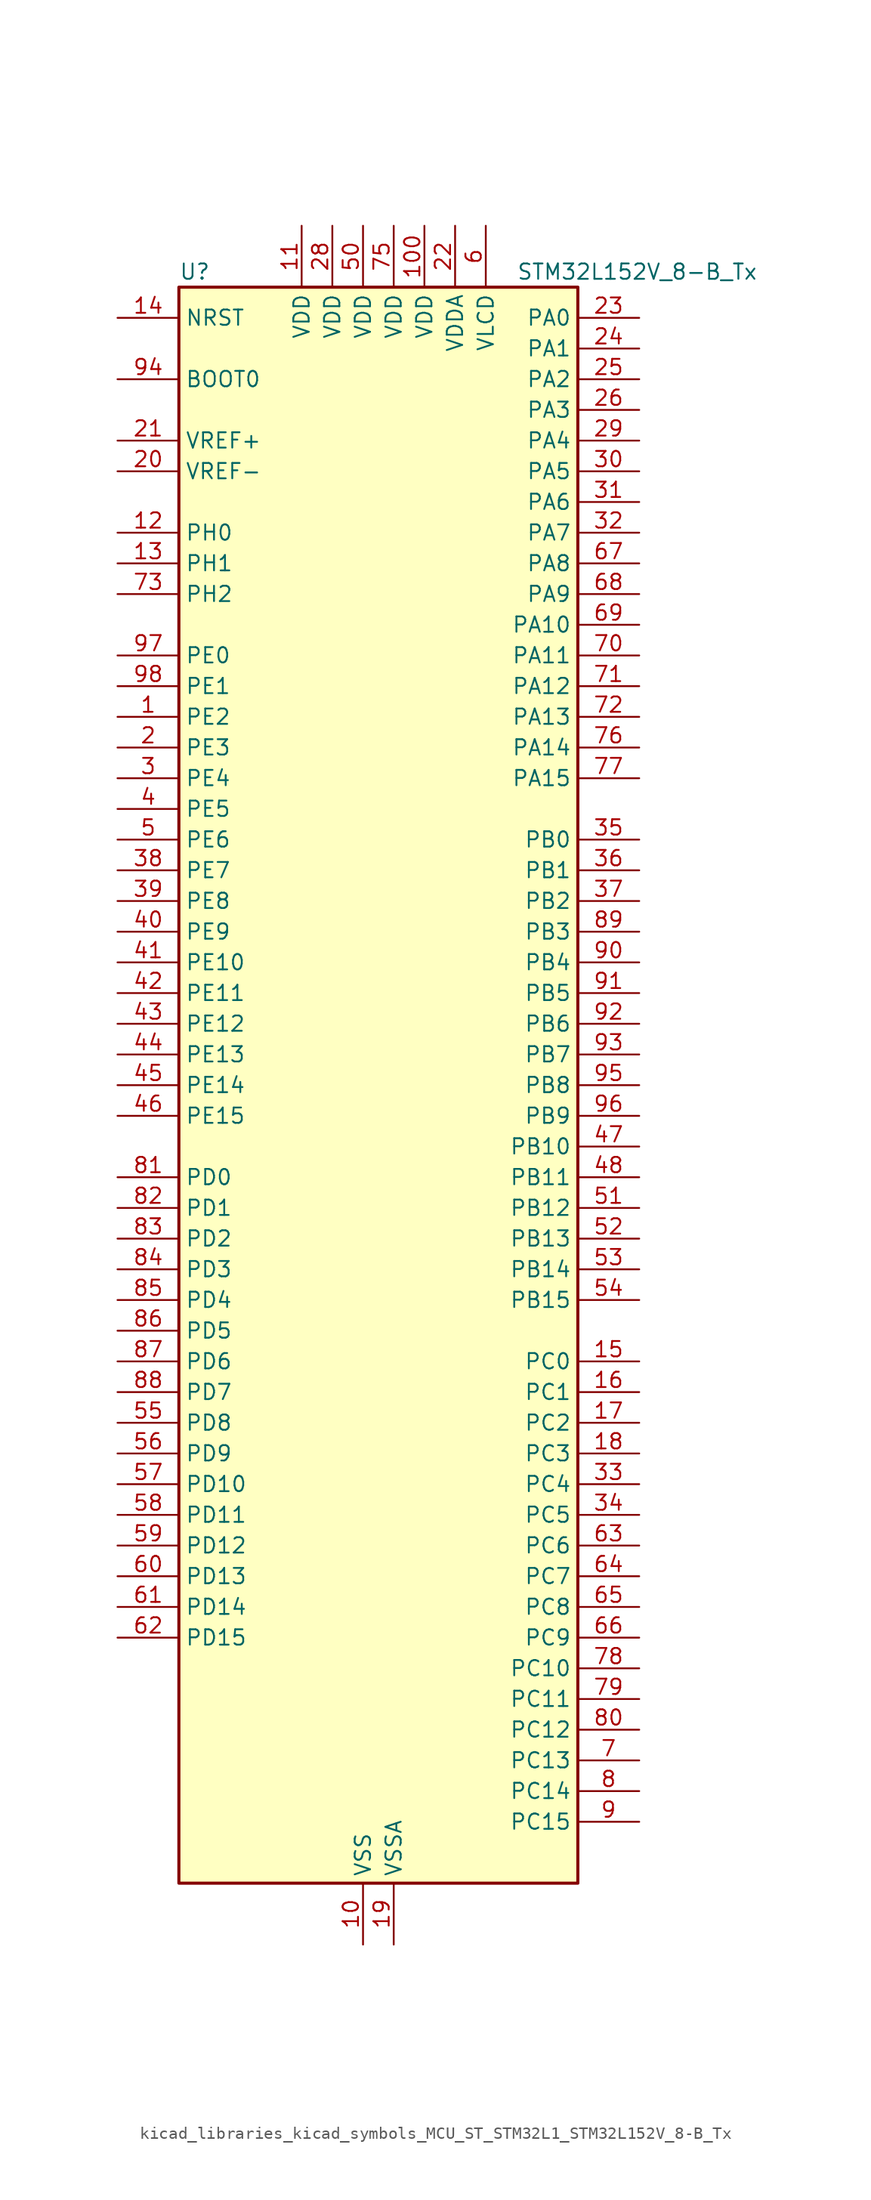
<source format=kicad_sym>
(kicad_symbol_lib
  (version 20220914)
  (generator kicad_symbol_editor)
  (symbol "kicad_libraries_kicad_symbols_MCU_ST_STM32L1_STM32L152V_8-B_Tx"
    (property "Reference" "U"
      (at -15.24 67.31 0)
      (effects (font (size 1.27 1.27)) (justify left)))
    (property "Value" "STM32L152V_8-B_Tx"
      (at 12.7 67.31 0)
      (effects (font (size 1.27 1.27)) (justify left)))
    (property "ki_locked" ""
      (at 0 0 0)
      (effects (font (size 1.27 1.27))))
    (symbol "kicad_libraries_kicad_symbols_MCU_ST_STM32L1_STM32L152V_8-B_Tx_0_1"
      (rectangle (start -15.24 -66.04) (end 17.78 66.04) (stroke (width 0.254) (type default)) (fill (type background))))
    (symbol "kicad_libraries_kicad_symbols_MCU_ST_STM32L1_STM32L152V_8-B_Tx_1_1"
      (pin bidirectional line (at -20.32 30.48 0) (length 5.08) (name "PE2" (effects (font (size 1.27 1.27)))) (number "1" (effects (font (size 1.27 1.27)))) (alternate "LCD_SEG38" bidirectional line) (alternate "SYS_TRACECK" bidirectional line) (alternate "TIM3_ETR" bidirectional line) (alternate "TIMX_IC3" bidirectional line))
      (pin power_in line (at 0 -71.12 90) (length 5.08) (name "VSS" (effects (font (size 1.27 1.27)))) (number "10" (effects (font (size 1.27 1.27)))))
      (pin power_in line (at 5.08 71.12 270) (length 5.08) (name "VDD" (effects (font (size 1.27 1.27)))) (number "100" (effects (font (size 1.27 1.27)))))
      (pin power_in line (at -5.08 71.12 270) (length 5.08) (name "VDD" (effects (font (size 1.27 1.27)))) (number "11" (effects (font (size 1.27 1.27)))))
      (pin bidirectional line (at -20.32 45.72 0) (length 5.08) (name "PH0" (effects (font (size 1.27 1.27)))) (number "12" (effects (font (size 1.27 1.27)))) (alternate "RCC_OSC_IN" bidirectional line))
      (pin bidirectional line (at -20.32 43.18 0) (length 5.08) (name "PH1" (effects (font (size 1.27 1.27)))) (number "13" (effects (font (size 1.27 1.27)))) (alternate "RCC_OSC_OUT" bidirectional line))
      (pin input line (at -20.32 63.5 0) (length 5.08) (name "NRST" (effects (font (size 1.27 1.27)))) (number "14" (effects (font (size 1.27 1.27)))))
      (pin bidirectional line (at 22.86 -22.86 180) (length 5.08) (name "PC0" (effects (font (size 1.27 1.27)))) (number "15" (effects (font (size 1.27 1.27)))) (alternate "ADC_IN10" bidirectional line) (alternate "COMP1_INP" bidirectional line) (alternate "LCD_SEG18" bidirectional line) (alternate "TIMX_IC1" bidirectional line) (alternate "TS_G8_IO1" bidirectional line))
      (pin bidirectional line (at 22.86 -25.4 180) (length 5.08) (name "PC1" (effects (font (size 1.27 1.27)))) (number "16" (effects (font (size 1.27 1.27)))) (alternate "ADC_IN11" bidirectional line) (alternate "COMP1_INP" bidirectional line) (alternate "LCD_SEG19" bidirectional line) (alternate "TIMX_IC2" bidirectional line) (alternate "TS_G8_IO2" bidirectional line))
      (pin bidirectional line (at 22.86 -27.94 180) (length 5.08) (name "PC2" (effects (font (size 1.27 1.27)))) (number "17" (effects (font (size 1.27 1.27)))) (alternate "ADC_IN12" bidirectional line) (alternate "COMP1_INP" bidirectional line) (alternate "LCD_SEG20" bidirectional line) (alternate "TIMX_IC3" bidirectional line) (alternate "TS_G8_IO3" bidirectional line))
      (pin bidirectional line (at 22.86 -30.48 180) (length 5.08) (name "PC3" (effects (font (size 1.27 1.27)))) (number "18" (effects (font (size 1.27 1.27)))) (alternate "ADC_IN13" bidirectional line) (alternate "COMP1_INP" bidirectional line) (alternate "LCD_SEG21" bidirectional line) (alternate "TIMX_IC4" bidirectional line) (alternate "TS_G8_IO4" bidirectional line))
      (pin power_in line (at 2.54 -71.12 90) (length 5.08) (name "VSSA" (effects (font (size 1.27 1.27)))) (number "19" (effects (font (size 1.27 1.27)))))
      (pin bidirectional line (at -20.32 27.94 0) (length 5.08) (name "PE3" (effects (font (size 1.27 1.27)))) (number "2" (effects (font (size 1.27 1.27)))) (alternate "LCD_SEG39" bidirectional line) (alternate "SYS_TRACED0" bidirectional line) (alternate "TIM3_CH1" bidirectional line) (alternate "TIMX_IC4" bidirectional line))
      (pin input line (at -20.32 50.8 0) (length 5.08) (name "VREF-" (effects (font (size 1.27 1.27)))) (number "20" (effects (font (size 1.27 1.27)))))
      (pin input line (at -20.32 53.34 0) (length 5.08) (name "VREF+" (effects (font (size 1.27 1.27)))) (number "21" (effects (font (size 1.27 1.27)))))
      (pin power_in line (at 7.62 71.12 270) (length 5.08) (name "VDDA" (effects (font (size 1.27 1.27)))) (number "22" (effects (font (size 1.27 1.27)))))
      (pin bidirectional line (at 22.86 63.5 180) (length 5.08) (name "PA0" (effects (font (size 1.27 1.27)))) (number "23" (effects (font (size 1.27 1.27)))) (alternate "ADC_IN0" bidirectional line) (alternate "COMP1_INP" bidirectional line) (alternate "SYS_WKUP1" bidirectional line) (alternate "TIM2_CH1" bidirectional line) (alternate "TIM2_ETR" bidirectional line) (alternate "TIMX_IC1" bidirectional line) (alternate "TS_G1_IO1" bidirectional line) (alternate "USART2_CTS" bidirectional line))
      (pin bidirectional line (at 22.86 60.96 180) (length 5.08) (name "PA1" (effects (font (size 1.27 1.27)))) (number "24" (effects (font (size 1.27 1.27)))) (alternate "ADC_IN1" bidirectional line) (alternate "COMP1_INP" bidirectional line) (alternate "LCD_SEG0" bidirectional line) (alternate "TIM2_CH2" bidirectional line) (alternate "TIMX_IC2" bidirectional line) (alternate "TS_G1_IO2" bidirectional line) (alternate "USART2_RTS" bidirectional line))
      (pin bidirectional line (at 22.86 58.42 180) (length 5.08) (name "PA2" (effects (font (size 1.27 1.27)))) (number "25" (effects (font (size 1.27 1.27)))) (alternate "ADC_IN2" bidirectional line) (alternate "COMP1_INP" bidirectional line) (alternate "LCD_SEG1" bidirectional line) (alternate "TIM2_CH3" bidirectional line) (alternate "TIM9_CH1" bidirectional line) (alternate "TIMX_IC3" bidirectional line) (alternate "TS_G1_IO3" bidirectional line) (alternate "USART2_TX" bidirectional line))
      (pin bidirectional line (at 22.86 55.88 180) (length 5.08) (name "PA3" (effects (font (size 1.27 1.27)))) (number "26" (effects (font (size 1.27 1.27)))) (alternate "ADC_IN3" bidirectional line) (alternate "COMP1_INP" bidirectional line) (alternate "LCD_SEG2" bidirectional line) (alternate "TIM2_CH4" bidirectional line) (alternate "TIM9_CH2" bidirectional line) (alternate "TIMX_IC4" bidirectional line) (alternate "TS_G1_IO4" bidirectional line) (alternate "USART2_RX" bidirectional line))
      (pin passive line (at 0 -71.12 90) (length 5.08) hide (name "VSS" (effects (font (size 1.27 1.27)))) (number "27" (effects (font (size 1.27 1.27)))))
      (pin power_in line (at -2.54 71.12 270) (length 5.08) (name "VDD" (effects (font (size 1.27 1.27)))) (number "28" (effects (font (size 1.27 1.27)))))
      (pin bidirectional line (at 22.86 53.34 180) (length 5.08) (name "PA4" (effects (font (size 1.27 1.27)))) (number "29" (effects (font (size 1.27 1.27)))) (alternate "ADC_IN4" bidirectional line) (alternate "COMP1_INP" bidirectional line) (alternate "DAC_OUT1" bidirectional line) (alternate "SPI1_NSS" bidirectional line) (alternate "TIMX_IC1" bidirectional line) (alternate "USART2_CK" bidirectional line))
      (pin bidirectional line (at -20.32 25.4 0) (length 5.08) (name "PE4" (effects (font (size 1.27 1.27)))) (number "3" (effects (font (size 1.27 1.27)))) (alternate "SYS_TRACED1" bidirectional line) (alternate "TIM3_CH2" bidirectional line) (alternate "TIMX_IC1" bidirectional line))
      (pin bidirectional line (at 22.86 50.8 180) (length 5.08) (name "PA5" (effects (font (size 1.27 1.27)))) (number "30" (effects (font (size 1.27 1.27)))) (alternate "ADC_IN5" bidirectional line) (alternate "COMP1_INP" bidirectional line) (alternate "DAC_OUT2" bidirectional line) (alternate "SPI1_SCK" bidirectional line) (alternate "TIM2_CH1" bidirectional line) (alternate "TIM2_ETR" bidirectional line) (alternate "TIMX_IC2" bidirectional line))
      (pin bidirectional line (at 22.86 48.26 180) (length 5.08) (name "PA6" (effects (font (size 1.27 1.27)))) (number "31" (effects (font (size 1.27 1.27)))) (alternate "ADC_IN6" bidirectional line) (alternate "COMP1_INP" bidirectional line) (alternate "LCD_SEG3" bidirectional line) (alternate "SPI1_MISO" bidirectional line) (alternate "TIM10_CH1" bidirectional line) (alternate "TIM3_CH1" bidirectional line) (alternate "TIMX_IC3" bidirectional line) (alternate "TS_G2_IO1" bidirectional line))
      (pin bidirectional line (at 22.86 45.72 180) (length 5.08) (name "PA7" (effects (font (size 1.27 1.27)))) (number "32" (effects (font (size 1.27 1.27)))) (alternate "ADC_IN7" bidirectional line) (alternate "COMP1_INP" bidirectional line) (alternate "LCD_SEG4" bidirectional line) (alternate "SPI1_MOSI" bidirectional line) (alternate "TIM11_CH1" bidirectional line) (alternate "TIM3_CH2" bidirectional line) (alternate "TIMX_IC4" bidirectional line) (alternate "TS_G2_IO2" bidirectional line))
      (pin bidirectional line (at 22.86 -33.02 180) (length 5.08) (name "PC4" (effects (font (size 1.27 1.27)))) (number "33" (effects (font (size 1.27 1.27)))) (alternate "ADC_IN14" bidirectional line) (alternate "COMP1_INP" bidirectional line) (alternate "LCD_SEG22" bidirectional line) (alternate "TIMX_IC1" bidirectional line) (alternate "TS_G9_IO1" bidirectional line))
      (pin bidirectional line (at 22.86 -35.56 180) (length 5.08) (name "PC5" (effects (font (size 1.27 1.27)))) (number "34" (effects (font (size 1.27 1.27)))) (alternate "ADC_IN15" bidirectional line) (alternate "COMP1_INP" bidirectional line) (alternate "LCD_SEG23" bidirectional line) (alternate "TIMX_IC2" bidirectional line) (alternate "TS_G9_IO2" bidirectional line))
      (pin bidirectional line (at 22.86 20.32 180) (length 5.08) (name "PB0" (effects (font (size 1.27 1.27)))) (number "35" (effects (font (size 1.27 1.27)))) (alternate "ADC_IN8" bidirectional line) (alternate "COMP1_INP" bidirectional line) (alternate "LCD_SEG5" bidirectional line) (alternate "SYS_V_REF_OUT" bidirectional line) (alternate "TIM3_CH3" bidirectional line) (alternate "TS_G3_IO1" bidirectional line))
      (pin bidirectional line (at 22.86 17.78 180) (length 5.08) (name "PB1" (effects (font (size 1.27 1.27)))) (number "36" (effects (font (size 1.27 1.27)))) (alternate "ADC_IN9" bidirectional line) (alternate "COMP1_INP" bidirectional line) (alternate "LCD_SEG6" bidirectional line) (alternate "SYS_V_REF_OUT" bidirectional line) (alternate "TIM3_CH4" bidirectional line) (alternate "TS_G3_IO2" bidirectional line))
      (pin bidirectional line (at 22.86 15.24 180) (length 5.08) (name "PB2" (effects (font (size 1.27 1.27)))) (number "37" (effects (font (size 1.27 1.27)))))
      (pin bidirectional line (at -20.32 17.78 0) (length 5.08) (name "PE7" (effects (font (size 1.27 1.27)))) (number "38" (effects (font (size 1.27 1.27)))) (alternate "ADC_IN22" bidirectional line) (alternate "COMP1_INP" bidirectional line) (alternate "TIMX_IC4" bidirectional line))
      (pin bidirectional line (at -20.32 15.24 0) (length 5.08) (name "PE8" (effects (font (size 1.27 1.27)))) (number "39" (effects (font (size 1.27 1.27)))) (alternate "ADC_IN23" bidirectional line) (alternate "COMP1_INP" bidirectional line) (alternate "TIMX_IC1" bidirectional line))
      (pin bidirectional line (at -20.32 22.86 0) (length 5.08) (name "PE5" (effects (font (size 1.27 1.27)))) (number "4" (effects (font (size 1.27 1.27)))) (alternate "SYS_TRACED2" bidirectional line) (alternate "TIM9_CH1" bidirectional line) (alternate "TIMX_IC2" bidirectional line))
      (pin bidirectional line (at -20.32 12.7 0) (length 5.08) (name "PE9" (effects (font (size 1.27 1.27)))) (number "40" (effects (font (size 1.27 1.27)))) (alternate "ADC_IN24" bidirectional line) (alternate "COMP1_INP" bidirectional line) (alternate "DAC_EXTI9" bidirectional line) (alternate "TIM2_CH1" bidirectional line) (alternate "TIM2_ETR" bidirectional line) (alternate "TIMX_IC2" bidirectional line))
      (pin bidirectional line (at -20.32 10.16 0) (length 5.08) (name "PE10" (effects (font (size 1.27 1.27)))) (number "41" (effects (font (size 1.27 1.27)))) (alternate "ADC_IN25" bidirectional line) (alternate "COMP1_INP" bidirectional line) (alternate "TIM2_CH2" bidirectional line) (alternate "TIMX_IC3" bidirectional line))
      (pin bidirectional line (at -20.32 7.62 0) (length 5.08) (name "PE11" (effects (font (size 1.27 1.27)))) (number "42" (effects (font (size 1.27 1.27)))) (alternate "ADC_EXTI11" bidirectional line) (alternate "TIM2_CH3" bidirectional line) (alternate "TIMX_IC4" bidirectional line))
      (pin bidirectional line (at -20.32 5.08 0) (length 5.08) (name "PE12" (effects (font (size 1.27 1.27)))) (number "43" (effects (font (size 1.27 1.27)))) (alternate "SPI1_NSS" bidirectional line) (alternate "TIM2_CH4" bidirectional line) (alternate "TIMX_IC1" bidirectional line))
      (pin bidirectional line (at -20.32 2.54 0) (length 5.08) (name "PE13" (effects (font (size 1.27 1.27)))) (number "44" (effects (font (size 1.27 1.27)))) (alternate "SPI1_SCK" bidirectional line) (alternate "TIMX_IC2" bidirectional line))
      (pin bidirectional line (at -20.32 0 0) (length 5.08) (name "PE14" (effects (font (size 1.27 1.27)))) (number "45" (effects (font (size 1.27 1.27)))) (alternate "SPI1_MISO" bidirectional line) (alternate "TIMX_IC3" bidirectional line))
      (pin bidirectional line (at -20.32 -2.54 0) (length 5.08) (name "PE15" (effects (font (size 1.27 1.27)))) (number "46" (effects (font (size 1.27 1.27)))) (alternate "ADC_EXTI15" bidirectional line) (alternate "SPI1_MOSI" bidirectional line) (alternate "TIMX_IC4" bidirectional line))
      (pin bidirectional line (at 22.86 -5.08 180) (length 5.08) (name "PB10" (effects (font (size 1.27 1.27)))) (number "47" (effects (font (size 1.27 1.27)))) (alternate "I2C2_SCL" bidirectional line) (alternate "LCD_SEG10" bidirectional line) (alternate "TIM2_CH3" bidirectional line) (alternate "USART3_TX" bidirectional line))
      (pin bidirectional line (at 22.86 -7.62 180) (length 5.08) (name "PB11" (effects (font (size 1.27 1.27)))) (number "48" (effects (font (size 1.27 1.27)))) (alternate "ADC_EXTI11" bidirectional line) (alternate "I2C2_SDA" bidirectional line) (alternate "LCD_SEG11" bidirectional line) (alternate "TIM2_CH4" bidirectional line) (alternate "USART3_RX" bidirectional line))
      (pin passive line (at 0 -71.12 90) (length 5.08) hide (name "VSS" (effects (font (size 1.27 1.27)))) (number "49" (effects (font (size 1.27 1.27)))))
      (pin bidirectional line (at -20.32 20.32 0) (length 5.08) (name "PE6" (effects (font (size 1.27 1.27)))) (number "5" (effects (font (size 1.27 1.27)))) (alternate "SYS_TRACED3" bidirectional line) (alternate "SYS_WKUP3" bidirectional line) (alternate "TIM9_CH2" bidirectional line) (alternate "TIMX_IC3" bidirectional line))
      (pin power_in line (at 0 71.12 270) (length 5.08) (name "VDD" (effects (font (size 1.27 1.27)))) (number "50" (effects (font (size 1.27 1.27)))))
      (pin bidirectional line (at 22.86 -10.16 180) (length 5.08) (name "PB12" (effects (font (size 1.27 1.27)))) (number "51" (effects (font (size 1.27 1.27)))) (alternate "ADC_IN18" bidirectional line) (alternate "COMP1_INP" bidirectional line) (alternate "I2C2_SMBA" bidirectional line) (alternate "LCD_SEG12" bidirectional line) (alternate "SPI2_NSS" bidirectional line) (alternate "TIM10_CH1" bidirectional line) (alternate "TS_G7_IO1" bidirectional line) (alternate "USART3_CK" bidirectional line))
      (pin bidirectional line (at 22.86 -12.7 180) (length 5.08) (name "PB13" (effects (font (size 1.27 1.27)))) (number "52" (effects (font (size 1.27 1.27)))) (alternate "ADC_IN19" bidirectional line) (alternate "COMP1_INP" bidirectional line) (alternate "LCD_SEG13" bidirectional line) (alternate "SPI2_SCK" bidirectional line) (alternate "TIM9_CH1" bidirectional line) (alternate "TS_G7_IO2" bidirectional line) (alternate "USART3_CTS" bidirectional line))
      (pin bidirectional line (at 22.86 -15.24 180) (length 5.08) (name "PB14" (effects (font (size 1.27 1.27)))) (number "53" (effects (font (size 1.27 1.27)))) (alternate "ADC_IN20" bidirectional line) (alternate "COMP1_INP" bidirectional line) (alternate "LCD_SEG14" bidirectional line) (alternate "SPI2_MISO" bidirectional line) (alternate "TIM9_CH2" bidirectional line) (alternate "TS_G7_IO3" bidirectional line) (alternate "USART3_RTS" bidirectional line))
      (pin bidirectional line (at 22.86 -17.78 180) (length 5.08) (name "PB15" (effects (font (size 1.27 1.27)))) (number "54" (effects (font (size 1.27 1.27)))) (alternate "ADC_EXTI15" bidirectional line) (alternate "ADC_IN21" bidirectional line) (alternate "COMP1_INP" bidirectional line) (alternate "LCD_SEG15" bidirectional line) (alternate "RTC_REFIN" bidirectional line) (alternate "SPI2_MOSI" bidirectional line) (alternate "TIM11_CH1" bidirectional line) (alternate "TS_G7_IO4" bidirectional line))
      (pin bidirectional line (at -20.32 -27.94 0) (length 5.08) (name "PD8" (effects (font (size 1.27 1.27)))) (number "55" (effects (font (size 1.27 1.27)))) (alternate "LCD_SEG28" bidirectional line) (alternate "TIMX_IC1" bidirectional line) (alternate "USART3_TX" bidirectional line))
      (pin bidirectional line (at -20.32 -30.48 0) (length 5.08) (name "PD9" (effects (font (size 1.27 1.27)))) (number "56" (effects (font (size 1.27 1.27)))) (alternate "DAC_EXTI9" bidirectional line) (alternate "LCD_SEG29" bidirectional line) (alternate "TIMX_IC2" bidirectional line) (alternate "USART3_RX" bidirectional line))
      (pin bidirectional line (at -20.32 -33.02 0) (length 5.08) (name "PD10" (effects (font (size 1.27 1.27)))) (number "57" (effects (font (size 1.27 1.27)))) (alternate "LCD_SEG30" bidirectional line) (alternate "TIMX_IC3" bidirectional line) (alternate "USART3_CK" bidirectional line))
      (pin bidirectional line (at -20.32 -35.56 0) (length 5.08) (name "PD11" (effects (font (size 1.27 1.27)))) (number "58" (effects (font (size 1.27 1.27)))) (alternate "ADC_EXTI11" bidirectional line) (alternate "LCD_SEG31" bidirectional line) (alternate "TIMX_IC4" bidirectional line) (alternate "USART3_CTS" bidirectional line))
      (pin bidirectional line (at -20.32 -38.1 0) (length 5.08) (name "PD12" (effects (font (size 1.27 1.27)))) (number "59" (effects (font (size 1.27 1.27)))) (alternate "LCD_SEG32" bidirectional line) (alternate "TIM4_CH1" bidirectional line) (alternate "TIMX_IC1" bidirectional line) (alternate "USART3_RTS" bidirectional line))
      (pin power_in line (at 10.16 71.12 270) (length 5.08) (name "VLCD" (effects (font (size 1.27 1.27)))) (number "6" (effects (font (size 1.27 1.27)))))
      (pin bidirectional line (at -20.32 -40.64 0) (length 5.08) (name "PD13" (effects (font (size 1.27 1.27)))) (number "60" (effects (font (size 1.27 1.27)))) (alternate "LCD_SEG33" bidirectional line) (alternate "TIM4_CH2" bidirectional line) (alternate "TIMX_IC2" bidirectional line))
      (pin bidirectional line (at -20.32 -43.18 0) (length 5.08) (name "PD14" (effects (font (size 1.27 1.27)))) (number "61" (effects (font (size 1.27 1.27)))) (alternate "LCD_SEG34" bidirectional line) (alternate "TIM4_CH3" bidirectional line) (alternate "TIMX_IC3" bidirectional line))
      (pin bidirectional line (at -20.32 -45.72 0) (length 5.08) (name "PD15" (effects (font (size 1.27 1.27)))) (number "62" (effects (font (size 1.27 1.27)))) (alternate "ADC_EXTI15" bidirectional line) (alternate "LCD_SEG35" bidirectional line) (alternate "TIM4_CH4" bidirectional line) (alternate "TIMX_IC4" bidirectional line))
      (pin bidirectional line (at 22.86 -38.1 180) (length 5.08) (name "PC6" (effects (font (size 1.27 1.27)))) (number "63" (effects (font (size 1.27 1.27)))) (alternate "LCD_SEG24" bidirectional line) (alternate "TIM3_CH1" bidirectional line) (alternate "TIMX_IC3" bidirectional line) (alternate "TS_G10_IO1" bidirectional line))
      (pin bidirectional line (at 22.86 -40.64 180) (length 5.08) (name "PC7" (effects (font (size 1.27 1.27)))) (number "64" (effects (font (size 1.27 1.27)))) (alternate "LCD_SEG25" bidirectional line) (alternate "TIM3_CH2" bidirectional line) (alternate "TIMX_IC4" bidirectional line) (alternate "TS_G10_IO2" bidirectional line))
      (pin bidirectional line (at 22.86 -43.18 180) (length 5.08) (name "PC8" (effects (font (size 1.27 1.27)))) (number "65" (effects (font (size 1.27 1.27)))) (alternate "LCD_SEG26" bidirectional line) (alternate "TIM3_CH3" bidirectional line) (alternate "TIMX_IC1" bidirectional line) (alternate "TS_G10_IO3" bidirectional line))
      (pin bidirectional line (at 22.86 -45.72 180) (length 5.08) (name "PC9" (effects (font (size 1.27 1.27)))) (number "66" (effects (font (size 1.27 1.27)))) (alternate "DAC_EXTI9" bidirectional line) (alternate "LCD_SEG27" bidirectional line) (alternate "TIM3_CH4" bidirectional line) (alternate "TIMX_IC2" bidirectional line) (alternate "TS_G10_IO4" bidirectional line))
      (pin bidirectional line (at 22.86 43.18 180) (length 5.08) (name "PA8" (effects (font (size 1.27 1.27)))) (number "67" (effects (font (size 1.27 1.27)))) (alternate "LCD_COM0" bidirectional line) (alternate "RCC_MCO" bidirectional line) (alternate "TIMX_IC1" bidirectional line) (alternate "TS_G4_IO1" bidirectional line) (alternate "USART1_CK" bidirectional line))
      (pin bidirectional line (at 22.86 40.64 180) (length 5.08) (name "PA9" (effects (font (size 1.27 1.27)))) (number "68" (effects (font (size 1.27 1.27)))) (alternate "DAC_EXTI9" bidirectional line) (alternate "LCD_COM1" bidirectional line) (alternate "TIMX_IC2" bidirectional line) (alternate "TS_G4_IO2" bidirectional line) (alternate "USART1_TX" bidirectional line))
      (pin bidirectional line (at 22.86 38.1 180) (length 5.08) (name "PA10" (effects (font (size 1.27 1.27)))) (number "69" (effects (font (size 1.27 1.27)))) (alternate "LCD_COM2" bidirectional line) (alternate "TIMX_IC3" bidirectional line) (alternate "TS_G4_IO3" bidirectional line) (alternate "USART1_RX" bidirectional line))
      (pin bidirectional line (at 22.86 -55.88 180) (length 5.08) (name "PC13" (effects (font (size 1.27 1.27)))) (number "7" (effects (font (size 1.27 1.27)))) (alternate "RTC_OUT_ALARM" bidirectional line) (alternate "RTC_OUT_CALIB" bidirectional line) (alternate "RTC_TAMP1" bidirectional line) (alternate "RTC_TS" bidirectional line) (alternate "SYS_WKUP2" bidirectional line) (alternate "TIMX_IC2" bidirectional line))
      (pin bidirectional line (at 22.86 35.56 180) (length 5.08) (name "PA11" (effects (font (size 1.27 1.27)))) (number "70" (effects (font (size 1.27 1.27)))) (alternate "ADC_EXTI11" bidirectional line) (alternate "SPI1_MISO" bidirectional line) (alternate "TIMX_IC4" bidirectional line) (alternate "USART1_CTS" bidirectional line) (alternate "USB_DM" bidirectional line))
      (pin bidirectional line (at 22.86 33.02 180) (length 5.08) (name "PA12" (effects (font (size 1.27 1.27)))) (number "71" (effects (font (size 1.27 1.27)))) (alternate "SPI1_MOSI" bidirectional line) (alternate "TIMX_IC1" bidirectional line) (alternate "USART1_RTS" bidirectional line) (alternate "USB_DP" bidirectional line))
      (pin bidirectional line (at 22.86 30.48 180) (length 5.08) (name "PA13" (effects (font (size 1.27 1.27)))) (number "72" (effects (font (size 1.27 1.27)))) (alternate "SYS_JTMS-SWDIO" bidirectional line) (alternate "TIMX_IC2" bidirectional line) (alternate "TS_G5_IO1" bidirectional line))
      (pin bidirectional line (at -20.32 40.64 0) (length 5.08) (name "PH2" (effects (font (size 1.27 1.27)))) (number "73" (effects (font (size 1.27 1.27)))))
      (pin passive line (at 0 -71.12 90) (length 5.08) hide (name "VSS" (effects (font (size 1.27 1.27)))) (number "74" (effects (font (size 1.27 1.27)))))
      (pin power_in line (at 2.54 71.12 270) (length 5.08) (name "VDD" (effects (font (size 1.27 1.27)))) (number "75" (effects (font (size 1.27 1.27)))))
      (pin bidirectional line (at 22.86 27.94 180) (length 5.08) (name "PA14" (effects (font (size 1.27 1.27)))) (number "76" (effects (font (size 1.27 1.27)))) (alternate "SYS_JTCK-SWCLK" bidirectional line) (alternate "TIMX_IC3" bidirectional line) (alternate "TS_G5_IO2" bidirectional line))
      (pin bidirectional line (at 22.86 25.4 180) (length 5.08) (name "PA15" (effects (font (size 1.27 1.27)))) (number "77" (effects (font (size 1.27 1.27)))) (alternate "ADC_EXTI15" bidirectional line) (alternate "LCD_SEG17" bidirectional line) (alternate "SPI1_NSS" bidirectional line) (alternate "SYS_JTDI" bidirectional line) (alternate "TIM2_CH1" bidirectional line) (alternate "TIM2_ETR" bidirectional line) (alternate "TIMX_IC4" bidirectional line) (alternate "TS_G5_IO3" bidirectional line))
      (pin bidirectional line (at 22.86 -48.26 180) (length 5.08) (name "PC10" (effects (font (size 1.27 1.27)))) (number "78" (effects (font (size 1.27 1.27)))) (alternate "LCD_COM4" bidirectional line) (alternate "LCD_SEG28" bidirectional line) (alternate "LCD_SEG40" bidirectional line) (alternate "TIMX_IC3" bidirectional line) (alternate "USART3_TX" bidirectional line))
      (pin bidirectional line (at 22.86 -50.8 180) (length 5.08) (name "PC11" (effects (font (size 1.27 1.27)))) (number "79" (effects (font (size 1.27 1.27)))) (alternate "ADC_EXTI11" bidirectional line) (alternate "LCD_COM5" bidirectional line) (alternate "LCD_SEG29" bidirectional line) (alternate "LCD_SEG41" bidirectional line) (alternate "TIMX_IC4" bidirectional line) (alternate "USART3_RX" bidirectional line))
      (pin bidirectional line (at 22.86 -58.42 180) (length 5.08) (name "PC14" (effects (font (size 1.27 1.27)))) (number "8" (effects (font (size 1.27 1.27)))) (alternate "RCC_OSC32_IN" bidirectional line) (alternate "TIMX_IC3" bidirectional line))
      (pin bidirectional line (at 22.86 -53.34 180) (length 5.08) (name "PC12" (effects (font (size 1.27 1.27)))) (number "80" (effects (font (size 1.27 1.27)))) (alternate "LCD_COM6" bidirectional line) (alternate "LCD_SEG30" bidirectional line) (alternate "LCD_SEG42" bidirectional line) (alternate "TIMX_IC1" bidirectional line) (alternate "USART3_CK" bidirectional line))
      (pin bidirectional line (at -20.32 -7.62 0) (length 5.08) (name "PD0" (effects (font (size 1.27 1.27)))) (number "81" (effects (font (size 1.27 1.27)))) (alternate "SPI2_NSS" bidirectional line) (alternate "TIM9_CH1" bidirectional line) (alternate "TIMX_IC1" bidirectional line))
      (pin bidirectional line (at -20.32 -10.16 0) (length 5.08) (name "PD1" (effects (font (size 1.27 1.27)))) (number "82" (effects (font (size 1.27 1.27)))) (alternate "SPI2_SCK" bidirectional line) (alternate "TIMX_IC2" bidirectional line))
      (pin bidirectional line (at -20.32 -12.7 0) (length 5.08) (name "PD2" (effects (font (size 1.27 1.27)))) (number "83" (effects (font (size 1.27 1.27)))) (alternate "LCD_COM7" bidirectional line) (alternate "LCD_SEG31" bidirectional line) (alternate "LCD_SEG43" bidirectional line) (alternate "TIM3_ETR" bidirectional line) (alternate "TIMX_IC3" bidirectional line))
      (pin bidirectional line (at -20.32 -15.24 0) (length 5.08) (name "PD3" (effects (font (size 1.27 1.27)))) (number "84" (effects (font (size 1.27 1.27)))) (alternate "SPI2_MISO" bidirectional line) (alternate "TIMX_IC4" bidirectional line) (alternate "USART2_CTS" bidirectional line))
      (pin bidirectional line (at -20.32 -17.78 0) (length 5.08) (name "PD4" (effects (font (size 1.27 1.27)))) (number "85" (effects (font (size 1.27 1.27)))) (alternate "SPI2_MOSI" bidirectional line) (alternate "TIMX_IC1" bidirectional line) (alternate "USART2_RTS" bidirectional line))
      (pin bidirectional line (at -20.32 -20.32 0) (length 5.08) (name "PD5" (effects (font (size 1.27 1.27)))) (number "86" (effects (font (size 1.27 1.27)))) (alternate "TIMX_IC2" bidirectional line) (alternate "USART2_TX" bidirectional line))
      (pin bidirectional line (at -20.32 -22.86 0) (length 5.08) (name "PD6" (effects (font (size 1.27 1.27)))) (number "87" (effects (font (size 1.27 1.27)))) (alternate "TIMX_IC3" bidirectional line) (alternate "USART2_RX" bidirectional line))
      (pin bidirectional line (at -20.32 -25.4 0) (length 5.08) (name "PD7" (effects (font (size 1.27 1.27)))) (number "88" (effects (font (size 1.27 1.27)))) (alternate "TIM9_CH2" bidirectional line) (alternate "TIMX_IC4" bidirectional line) (alternate "USART2_CK" bidirectional line))
      (pin bidirectional line (at 22.86 12.7 180) (length 5.08) (name "PB3" (effects (font (size 1.27 1.27)))) (number "89" (effects (font (size 1.27 1.27)))) (alternate "COMP2_INM" bidirectional line) (alternate "LCD_SEG7" bidirectional line) (alternate "SPI1_SCK" bidirectional line) (alternate "SYS_JTDO-TRACESWO" bidirectional line) (alternate "TIM2_CH2" bidirectional line))
      (pin bidirectional line (at 22.86 -60.96 180) (length 5.08) (name "PC15" (effects (font (size 1.27 1.27)))) (number "9" (effects (font (size 1.27 1.27)))) (alternate "ADC_EXTI15" bidirectional line) (alternate "RCC_OSC32_OUT" bidirectional line) (alternate "TIMX_IC4" bidirectional line))
      (pin bidirectional line (at 22.86 10.16 180) (length 5.08) (name "PB4" (effects (font (size 1.27 1.27)))) (number "90" (effects (font (size 1.27 1.27)))) (alternate "COMP2_INP" bidirectional line) (alternate "LCD_SEG8" bidirectional line) (alternate "SPI1_MISO" bidirectional line) (alternate "SYS_JTRST" bidirectional line) (alternate "TIM3_CH1" bidirectional line) (alternate "TS_G6_IO1" bidirectional line))
      (pin bidirectional line (at 22.86 7.62 180) (length 5.08) (name "PB5" (effects (font (size 1.27 1.27)))) (number "91" (effects (font (size 1.27 1.27)))) (alternate "COMP2_INP" bidirectional line) (alternate "I2C1_SMBA" bidirectional line) (alternate "LCD_SEG9" bidirectional line) (alternate "SPI1_MOSI" bidirectional line) (alternate "TIM3_CH2" bidirectional line) (alternate "TS_G6_IO2" bidirectional line))
      (pin bidirectional line (at 22.86 5.08 180) (length 5.08) (name "PB6" (effects (font (size 1.27 1.27)))) (number "92" (effects (font (size 1.27 1.27)))) (alternate "I2C1_SCL" bidirectional line) (alternate "TIM4_CH1" bidirectional line) (alternate "USART1_TX" bidirectional line))
      (pin bidirectional line (at 22.86 2.54 180) (length 5.08) (name "PB7" (effects (font (size 1.27 1.27)))) (number "93" (effects (font (size 1.27 1.27)))) (alternate "I2C1_SDA" bidirectional line) (alternate "SYS_PVD_IN" bidirectional line) (alternate "TIM4_CH2" bidirectional line) (alternate "USART1_RX" bidirectional line))
      (pin input line (at -20.32 58.42 0) (length 5.08) (name "BOOT0" (effects (font (size 1.27 1.27)))) (number "94" (effects (font (size 1.27 1.27)))))
      (pin bidirectional line (at 22.86 0 180) (length 5.08) (name "PB8" (effects (font (size 1.27 1.27)))) (number "95" (effects (font (size 1.27 1.27)))) (alternate "I2C1_SCL" bidirectional line) (alternate "LCD_SEG16" bidirectional line) (alternate "TIM10_CH1" bidirectional line) (alternate "TIM4_CH3" bidirectional line))
      (pin bidirectional line (at 22.86 -2.54 180) (length 5.08) (name "PB9" (effects (font (size 1.27 1.27)))) (number "96" (effects (font (size 1.27 1.27)))) (alternate "DAC_EXTI9" bidirectional line) (alternate "I2C1_SDA" bidirectional line) (alternate "LCD_COM3" bidirectional line) (alternate "TIM11_CH1" bidirectional line) (alternate "TIM4_CH4" bidirectional line))
      (pin bidirectional line (at -20.32 35.56 0) (length 5.08) (name "PE0" (effects (font (size 1.27 1.27)))) (number "97" (effects (font (size 1.27 1.27)))) (alternate "LCD_SEG36" bidirectional line) (alternate "TIM10_CH1" bidirectional line) (alternate "TIM4_ETR" bidirectional line) (alternate "TIMX_IC1" bidirectional line))
      (pin bidirectional line (at -20.32 33.02 0) (length 5.08) (name "PE1" (effects (font (size 1.27 1.27)))) (number "98" (effects (font (size 1.27 1.27)))) (alternate "LCD_SEG37" bidirectional line) (alternate "TIM11_CH1" bidirectional line) (alternate "TIMX_IC2" bidirectional line))
      (pin passive line (at 0 -71.12 90) (length 5.08) hide (name "VSS" (effects (font (size 1.27 1.27)))) (number "99" (effects (font (size 1.27 1.27))))))))
</source>
